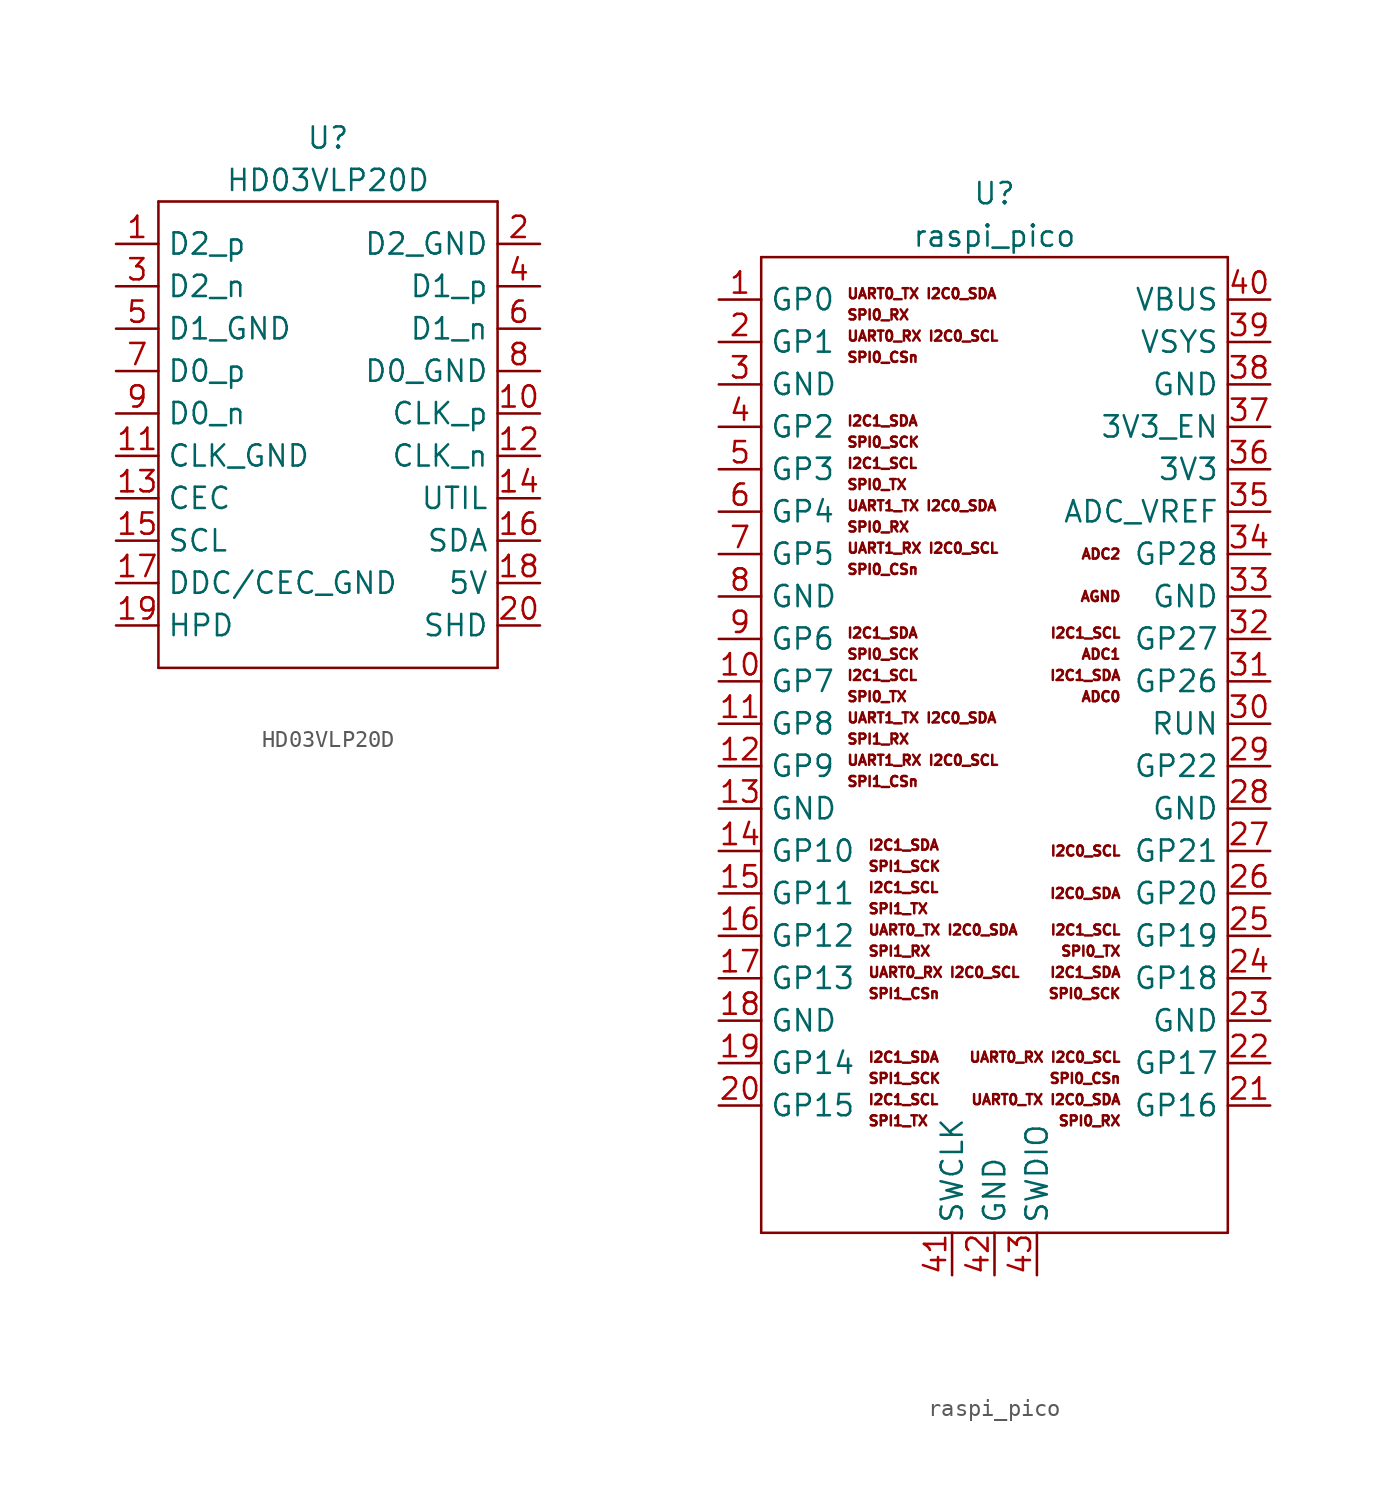
<source format=kicad_sym>
(kicad_symbol_lib
  (version 20211014)
  (generator kicad_symbol_editor)
  (symbol "HD03VLP20D"
    (property "Reference" "U"
      (at 10.16 6.35 0)
      (effects (font (size 1.27 1.27))))
    (property "Value" "HD03VLP20D"
      (at 10.16 3.81 0)
      (effects (font (size 1.27 1.27))))
    (symbol "HD03VLP20D_0_0"
      (polyline (pts (xy 0 -25.4) (xy 0 2.54)) (stroke (width 0.152) (type default) (color 0 0 0 0)) (fill (type none)))
      (polyline (pts (xy 0 -25.4) (xy 20.32 -25.4)) (stroke (width 0.152) (type default) (color 0 0 0 0)) (fill (type none)))
      (polyline (pts (xy 0 2.54) (xy 20.32 2.54)) (stroke (width 0.152) (type default) (color 0 0 0 0)) (fill (type none)))
      (polyline (pts (xy 20.32 2.54) (xy 20.32 -25.4)) (stroke (width 0.152) (type default) (color 0 0 0 0)) (fill (type none))))
    (symbol "HD03VLP20D_1_1"
      (pin passive line (at -2.54 0 0) (length 2.54) (name "D2_p" (effects (font (size 1.27 1.27)))) (number "1" (effects (font (size 1.27 1.27)))))
      (pin passive line (at 22.86 -10.16 180) (length 2.54) (name "CLK_p" (effects (font (size 1.27 1.27)))) (number "10" (effects (font (size 1.27 1.27)))))
      (pin passive line (at -2.54 -12.7 0) (length 2.54) (name "CLK_GND" (effects (font (size 1.27 1.27)))) (number "11" (effects (font (size 1.27 1.27)))))
      (pin passive line (at 22.86 -12.7 180) (length 2.54) (name "CLK_n" (effects (font (size 1.27 1.27)))) (number "12" (effects (font (size 1.27 1.27)))))
      (pin passive line (at -2.54 -15.24 0) (length 2.54) (name "CEC" (effects (font (size 1.27 1.27)))) (number "13" (effects (font (size 1.27 1.27)))))
      (pin passive line (at 22.86 -15.24 180) (length 2.54) (name "UTIL" (effects (font (size 1.27 1.27)))) (number "14" (effects (font (size 1.27 1.27)))))
      (pin passive line (at -2.54 -17.78 0) (length 2.54) (name "SCL" (effects (font (size 1.27 1.27)))) (number "15" (effects (font (size 1.27 1.27)))))
      (pin passive line (at 22.86 -17.78 180) (length 2.54) (name "SDA" (effects (font (size 1.27 1.27)))) (number "16" (effects (font (size 1.27 1.27)))))
      (pin passive line (at -2.54 -20.32 0) (length 2.54) (name "DDC/CEC_GND" (effects (font (size 1.27 1.27)))) (number "17" (effects (font (size 1.27 1.27)))))
      (pin passive line (at 22.86 -20.32 180) (length 2.54) (name "5V" (effects (font (size 1.27 1.27)))) (number "18" (effects (font (size 1.27 1.27)))))
      (pin passive line (at -2.54 -22.86 0) (length 2.54) (name "HPD" (effects (font (size 1.27 1.27)))) (number "19" (effects (font (size 1.27 1.27)))))
      (pin passive line (at 22.86 0 180) (length 2.54) (name "D2_GND" (effects (font (size 1.27 1.27)))) (number "2" (effects (font (size 1.27 1.27)))))
      (pin power_in line (at 22.86 -22.86 180) (length 2.54) (name "SHD" (effects (font (size 1.27 1.27)))) (number "20" (effects (font (size 1.27 1.27)))))
      (pin passive line (at -2.54 -2.54 0) (length 2.54) (name "D2_n" (effects (font (size 1.27 1.27)))) (number "3" (effects (font (size 1.27 1.27)))))
      (pin passive line (at 22.86 -2.54 180) (length 2.54) (name "D1_p" (effects (font (size 1.27 1.27)))) (number "4" (effects (font (size 1.27 1.27)))))
      (pin passive line (at -2.54 -5.08 0) (length 2.54) (name "D1_GND" (effects (font (size 1.27 1.27)))) (number "5" (effects (font (size 1.27 1.27)))))
      (pin passive line (at 22.86 -5.08 180) (length 2.54) (name "D1_n" (effects (font (size 1.27 1.27)))) (number "6" (effects (font (size 1.27 1.27)))))
      (pin passive line (at -2.54 -7.62 0) (length 2.54) (name "D0_p" (effects (font (size 1.27 1.27)))) (number "7" (effects (font (size 1.27 1.27)))))
      (pin passive line (at 22.86 -7.62 180) (length 2.54) (name "D0_GND" (effects (font (size 1.27 1.27)))) (number "8" (effects (font (size 1.27 1.27)))))
      (pin passive line (at -2.54 -10.16 0) (length 2.54) (name "D0_n" (effects (font (size 1.27 1.27)))) (number "9" (effects (font (size 1.27 1.27)))))))
  (symbol "raspi_pico"
    (property "Reference" "U"
      (at 13.97 6.35 0)
      (effects (font (size 1.27 1.27))))
    (property "Value" "raspi_pico"
      (at 13.97 3.81 0)
      (effects (font (size 1.27 1.27))))
    (symbol "raspi_pico_0_0"
      (polyline (pts (xy 0 -55.88) (xy 0 2.54)) (stroke (width 0.152) (type default) (color 0 0 0 0)) (fill (type none)))
      (polyline (pts (xy 0 -55.88) (xy 27.94 -55.88)) (stroke (width 0.152) (type default) (color 0 0 0 0)) (fill (type none)))
      (polyline (pts (xy 0 2.54) (xy 27.94 2.54)) (stroke (width 0.152) (type default) (color 0 0 0 0)) (fill (type none)))
      (polyline (pts (xy 27.94 2.54) (xy 27.94 -55.88)) (stroke (width 0.152) (type default) (color 0 0 0 0)) (fill (type none)))
      (text "ADC0" (at 21.59 -24.13 0) (effects (font (size 0.6 0.6)) (justify right bottom)))
      (text "ADC1" (at 21.59 -21.59 0) (effects (font (size 0.6 0.6)) (justify right bottom)))
      (text "ADC2" (at 21.59 -15.24 0) (effects (font (size 0.6 0.6)) (justify right)))
      (text "AGND" (at 21.59 -17.78 0) (effects (font (size 0.6 0.6)) (justify right)))
      (text "I2C0_SCL" (at 21.59 -33.02 0) (effects (font (size 0.6 0.6)) (justify right)))
      (text "I2C0_SDA" (at 21.59 -35.56 0) (effects (font (size 0.6 0.6)) (justify right)))
      (text "I2C1_SCL" (at 5.08 -22.86 0) (effects (font (size 0.6 0.6)) (justify left bottom)))
      (text "I2C1_SCL" (at 5.08 -10.16 0) (effects (font (size 0.6 0.6)) (justify left bottom)))
      (text "I2C1_SCL" (at 6.35 -48.26 0) (effects (font (size 0.6 0.6)) (justify left bottom)))
      (text "I2C1_SCL" (at 6.35 -35.56 0) (effects (font (size 0.6 0.6)) (justify left bottom)))
      (text "I2C1_SCL" (at 21.59 -38.1 0) (effects (font (size 0.6 0.6)) (justify right bottom)))
      (text "I2C1_SCL" (at 21.59 -20.32 0) (effects (font (size 0.6 0.6)) (justify right bottom)))
      (text "I2C1_SDA" (at 5.08 -20.32 0) (effects (font (size 0.6 0.6)) (justify left bottom)))
      (text "I2C1_SDA" (at 5.08 -7.62 0) (effects (font (size 0.6 0.6)) (justify left bottom)))
      (text "I2C1_SDA" (at 6.35 -45.72 0) (effects (font (size 0.6 0.6)) (justify left bottom)))
      (text "I2C1_SDA" (at 6.35 -33.02 0) (effects (font (size 0.6 0.6)) (justify left bottom)))
      (text "I2C1_SDA" (at 21.59 -40.64 0) (effects (font (size 0.6 0.6)) (justify right bottom)))
      (text "I2C1_SDA" (at 21.59 -22.86 0) (effects (font (size 0.6 0.6)) (justify right bottom)))
      (text "SPI0_CSn" (at 5.08 -16.51 0) (effects (font (size 0.6 0.6)) (justify left bottom)))
      (text "SPI0_CSn" (at 5.08 -3.81 0) (effects (font (size 0.6 0.6)) (justify left bottom)))
      (text "SPI0_CSn" (at 21.59 -46.99 0) (effects (font (size 0.6 0.6)) (justify right bottom)))
      (text "SPI0_RX" (at 5.08 -13.97 0) (effects (font (size 0.6 0.6)) (justify left bottom)))
      (text "SPI0_RX" (at 5.08 -1.27 0) (effects (font (size 0.6 0.6)) (justify left bottom)))
      (text "SPI0_RX" (at 21.59 -49.53 0) (effects (font (size 0.6 0.6)) (justify right bottom)))
      (text "SPI0_SCK" (at 5.08 -21.59 0) (effects (font (size 0.6 0.6)) (justify left bottom)))
      (text "SPI0_SCK" (at 5.08 -8.89 0) (effects (font (size 0.6 0.6)) (justify left bottom)))
      (text "SPI0_SCK" (at 21.59 -41.91 0) (effects (font (size 0.6 0.6)) (justify right bottom)))
      (text "SPI0_TX" (at 5.08 -24.13 0) (effects (font (size 0.6 0.6)) (justify left bottom)))
      (text "SPI0_TX" (at 5.08 -11.43 0) (effects (font (size 0.6 0.6)) (justify left bottom)))
      (text "SPI0_TX" (at 21.59 -39.37 0) (effects (font (size 0.6 0.6)) (justify right bottom)))
      (text "SPI1_CSn" (at 5.08 -29.21 0) (effects (font (size 0.6 0.6)) (justify left bottom)))
      (text "SPI1_CSn" (at 6.35 -41.91 0) (effects (font (size 0.6 0.6)) (justify left bottom)))
      (text "SPI1_RX" (at 5.08 -26.67 0) (effects (font (size 0.6 0.6)) (justify left bottom)))
      (text "SPI1_RX" (at 6.35 -39.37 0) (effects (font (size 0.6 0.6)) (justify left bottom)))
      (text "SPI1_SCK" (at 6.35 -46.99 0) (effects (font (size 0.6 0.6)) (justify left bottom)))
      (text "SPI1_SCK" (at 6.35 -34.29 0) (effects (font (size 0.6 0.6)) (justify left bottom)))
      (text "SPI1_TX" (at 6.35 -49.53 0) (effects (font (size 0.6 0.6)) (justify left bottom)))
      (text "SPI1_TX" (at 6.35 -36.83 0) (effects (font (size 0.6 0.6)) (justify left bottom)))
      (text "UART0_RX I2C0_SCL" (at 5.08 -2.54 0) (effects (font (size 0.6 0.6)) (justify left bottom)))
      (text "UART0_RX I2C0_SCL" (at 6.35 -40.64 0) (effects (font (size 0.6 0.6)) (justify left bottom)))
      (text "UART0_RX I2C0_SCL" (at 21.59 -45.72 0) (effects (font (size 0.6 0.6)) (justify right bottom)))
      (text "UART0_TX I2C0_SDA" (at 5.08 0 0) (effects (font (size 0.6 0.6)) (justify left bottom)))
      (text "UART0_TX I2C0_SDA" (at 6.35 -38.1 0) (effects (font (size 0.6 0.6)) (justify left bottom)))
      (text "UART0_TX I2C0_SDA" (at 21.59 -48.26 0) (effects (font (size 0.6 0.6)) (justify right bottom)))
      (text "UART1_RX I2C0_SCL" (at 5.08 -27.94 0) (effects (font (size 0.6 0.6)) (justify left bottom)))
      (text "UART1_RX I2C0_SCL" (at 5.08 -15.24 0) (effects (font (size 0.6 0.6)) (justify left bottom)))
      (text "UART1_TX I2C0_SDA" (at 5.08 -25.4 0) (effects (font (size 0.6 0.6)) (justify left bottom)))
      (text "UART1_TX I2C0_SDA" (at 5.08 -12.7 0) (effects (font (size 0.6 0.6)) (justify left bottom))))
    (symbol "raspi_pico_1_1"
      (pin passive line (at -2.54 0 0) (length 2.54) (name "GP0" (effects (font (size 1.27 1.27)))) (number "1" (effects (font (size 1.27 1.27)))))
      (pin passive line (at -2.54 -22.86 0) (length 2.54) (name "GP7" (effects (font (size 1.27 1.27)))) (number "10" (effects (font (size 1.27 1.27)))))
      (pin passive line (at -2.54 -25.4 0) (length 2.54) (name "GP8" (effects (font (size 1.27 1.27)))) (number "11" (effects (font (size 1.27 1.27)))))
      (pin passive line (at -2.54 -27.94 0) (length 2.54) (name "GP9" (effects (font (size 1.27 1.27)))) (number "12" (effects (font (size 1.27 1.27)))))
      (pin power_in line (at -2.54 -30.48 0) (length 2.54) (name "GND" (effects (font (size 1.27 1.27)))) (number "13" (effects (font (size 1.27 1.27)))))
      (pin passive line (at -2.54 -33.02 0) (length 2.54) (name "GP10" (effects (font (size 1.27 1.27)))) (number "14" (effects (font (size 1.27 1.27)))))
      (pin passive line (at -2.54 -35.56 0) (length 2.54) (name "GP11" (effects (font (size 1.27 1.27)))) (number "15" (effects (font (size 1.27 1.27)))))
      (pin passive line (at -2.54 -38.1 0) (length 2.54) (name "GP12" (effects (font (size 1.27 1.27)))) (number "16" (effects (font (size 1.27 1.27)))))
      (pin passive line (at -2.54 -40.64 0) (length 2.54) (name "GP13" (effects (font (size 1.27 1.27)))) (number "17" (effects (font (size 1.27 1.27)))))
      (pin power_in line (at -2.54 -43.18 0) (length 2.54) (name "GND" (effects (font (size 1.27 1.27)))) (number "18" (effects (font (size 1.27 1.27)))))
      (pin passive line (at -2.54 -45.72 0) (length 2.54) (name "GP14" (effects (font (size 1.27 1.27)))) (number "19" (effects (font (size 1.27 1.27)))))
      (pin passive line (at -2.54 -2.54 0) (length 2.54) (name "GP1" (effects (font (size 1.27 1.27)))) (number "2" (effects (font (size 1.27 1.27)))))
      (pin passive line (at -2.54 -48.26 0) (length 2.54) (name "GP15" (effects (font (size 1.27 1.27)))) (number "20" (effects (font (size 1.27 1.27)))))
      (pin passive line (at 30.48 -48.26 180) (length 2.54) (name "GP16" (effects (font (size 1.27 1.27)))) (number "21" (effects (font (size 1.27 1.27)))))
      (pin passive line (at 30.48 -45.72 180) (length 2.54) (name "GP17" (effects (font (size 1.27 1.27)))) (number "22" (effects (font (size 1.27 1.27)))))
      (pin power_in line (at 30.48 -43.18 180) (length 2.54) (name "GND" (effects (font (size 1.27 1.27)))) (number "23" (effects (font (size 1.27 1.27)))))
      (pin passive line (at 30.48 -40.64 180) (length 2.54) (name "GP18" (effects (font (size 1.27 1.27)))) (number "24" (effects (font (size 1.27 1.27)))))
      (pin passive line (at 30.48 -38.1 180) (length 2.54) (name "GP19" (effects (font (size 1.27 1.27)))) (number "25" (effects (font (size 1.27 1.27)))))
      (pin passive line (at 30.48 -35.56 180) (length 2.54) (name "GP20" (effects (font (size 1.27 1.27)))) (number "26" (effects (font (size 1.27 1.27)))))
      (pin passive line (at 30.48 -33.02 180) (length 2.54) (name "GP21" (effects (font (size 1.27 1.27)))) (number "27" (effects (font (size 1.27 1.27)))))
      (pin power_in line (at 30.48 -30.48 180) (length 2.54) (name "GND" (effects (font (size 1.27 1.27)))) (number "28" (effects (font (size 1.27 1.27)))))
      (pin passive line (at 30.48 -27.94 180) (length 2.54) (name "GP22" (effects (font (size 1.27 1.27)))) (number "29" (effects (font (size 1.27 1.27)))))
      (pin power_in line (at -2.54 -5.08 0) (length 2.54) (name "GND" (effects (font (size 1.27 1.27)))) (number "3" (effects (font (size 1.27 1.27)))))
      (pin passive line (at 30.48 -25.4 180) (length 2.54) (name "RUN" (effects (font (size 1.27 1.27)))) (number "30" (effects (font (size 1.27 1.27)))))
      (pin passive line (at 30.48 -22.86 180) (length 2.54) (name "GP26" (effects (font (size 1.27 1.27)))) (number "31" (effects (font (size 1.27 1.27)))))
      (pin passive line (at 30.48 -20.32 180) (length 2.54) (name "GP27" (effects (font (size 1.27 1.27)))) (number "32" (effects (font (size 1.27 1.27)))))
      (pin power_in line (at 30.48 -17.78 180) (length 2.54) (name "GND" (effects (font (size 1.27 1.27)))) (number "33" (effects (font (size 1.27 1.27)))))
      (pin passive line (at 30.48 -15.24 180) (length 2.54) (name "GP28" (effects (font (size 1.27 1.27)))) (number "34" (effects (font (size 1.27 1.27)))))
      (pin passive line (at 30.48 -12.7 180) (length 2.54) (name "ADC_VREF" (effects (font (size 1.27 1.27)))) (number "35" (effects (font (size 1.27 1.27)))))
      (pin power_out line (at 30.48 -10.16 180) (length 2.54) (name "3V3" (effects (font (size 1.27 1.27)))) (number "36" (effects (font (size 1.27 1.27)))))
      (pin passive line (at 30.48 -7.62 180) (length 2.54) (name "3V3_EN" (effects (font (size 1.27 1.27)))) (number "37" (effects (font (size 1.27 1.27)))))
      (pin power_in line (at 30.48 -5.08 180) (length 2.54) (name "GND" (effects (font (size 1.27 1.27)))) (number "38" (effects (font (size 1.27 1.27)))))
      (pin power_in line (at 30.48 -2.54 180) (length 2.54) (name "VSYS" (effects (font (size 1.27 1.27)))) (number "39" (effects (font (size 1.27 1.27)))))
      (pin passive line (at -2.54 -7.62 0) (length 2.54) (name "GP2" (effects (font (size 1.27 1.27)))) (number "4" (effects (font (size 1.27 1.27)))))
      (pin power_out line (at 30.48 0 180) (length 2.54) (name "VBUS" (effects (font (size 1.27 1.27)))) (number "40" (effects (font (size 1.27 1.27)))))
      (pin passive line (at 11.43 -58.42 90) (length 2.54) (name "SWCLK" (effects (font (size 1.27 1.27)))) (number "41" (effects (font (size 1.27 1.27)))))
      (pin passive line (at 13.97 -58.42 90) (length 2.54) (name "GND" (effects (font (size 1.27 1.27)))) (number "42" (effects (font (size 1.27 1.27)))))
      (pin passive line (at 16.51 -58.42 90) (length 2.54) (name "SWDIO" (effects (font (size 1.27 1.27)))) (number "43" (effects (font (size 1.27 1.27)))))
      (pin passive line (at -2.54 -10.16 0) (length 2.54) (name "GP3" (effects (font (size 1.27 1.27)))) (number "5" (effects (font (size 1.27 1.27)))))
      (pin passive line (at -2.54 -12.7 0) (length 2.54) (name "GP4" (effects (font (size 1.27 1.27)))) (number "6" (effects (font (size 1.27 1.27)))))
      (pin passive line (at -2.54 -15.24 0) (length 2.54) (name "GP5" (effects (font (size 1.27 1.27)))) (number "7" (effects (font (size 1.27 1.27)))))
      (pin power_in line (at -2.54 -17.78 0) (length 2.54) (name "GND" (effects (font (size 1.27 1.27)))) (number "8" (effects (font (size 1.27 1.27)))))
      (pin passive line (at -2.54 -20.32 0) (length 2.54) (name "GP6" (effects (font (size 1.27 1.27)))) (number "9" (effects (font (size 1.27 1.27))))))))
</source>
